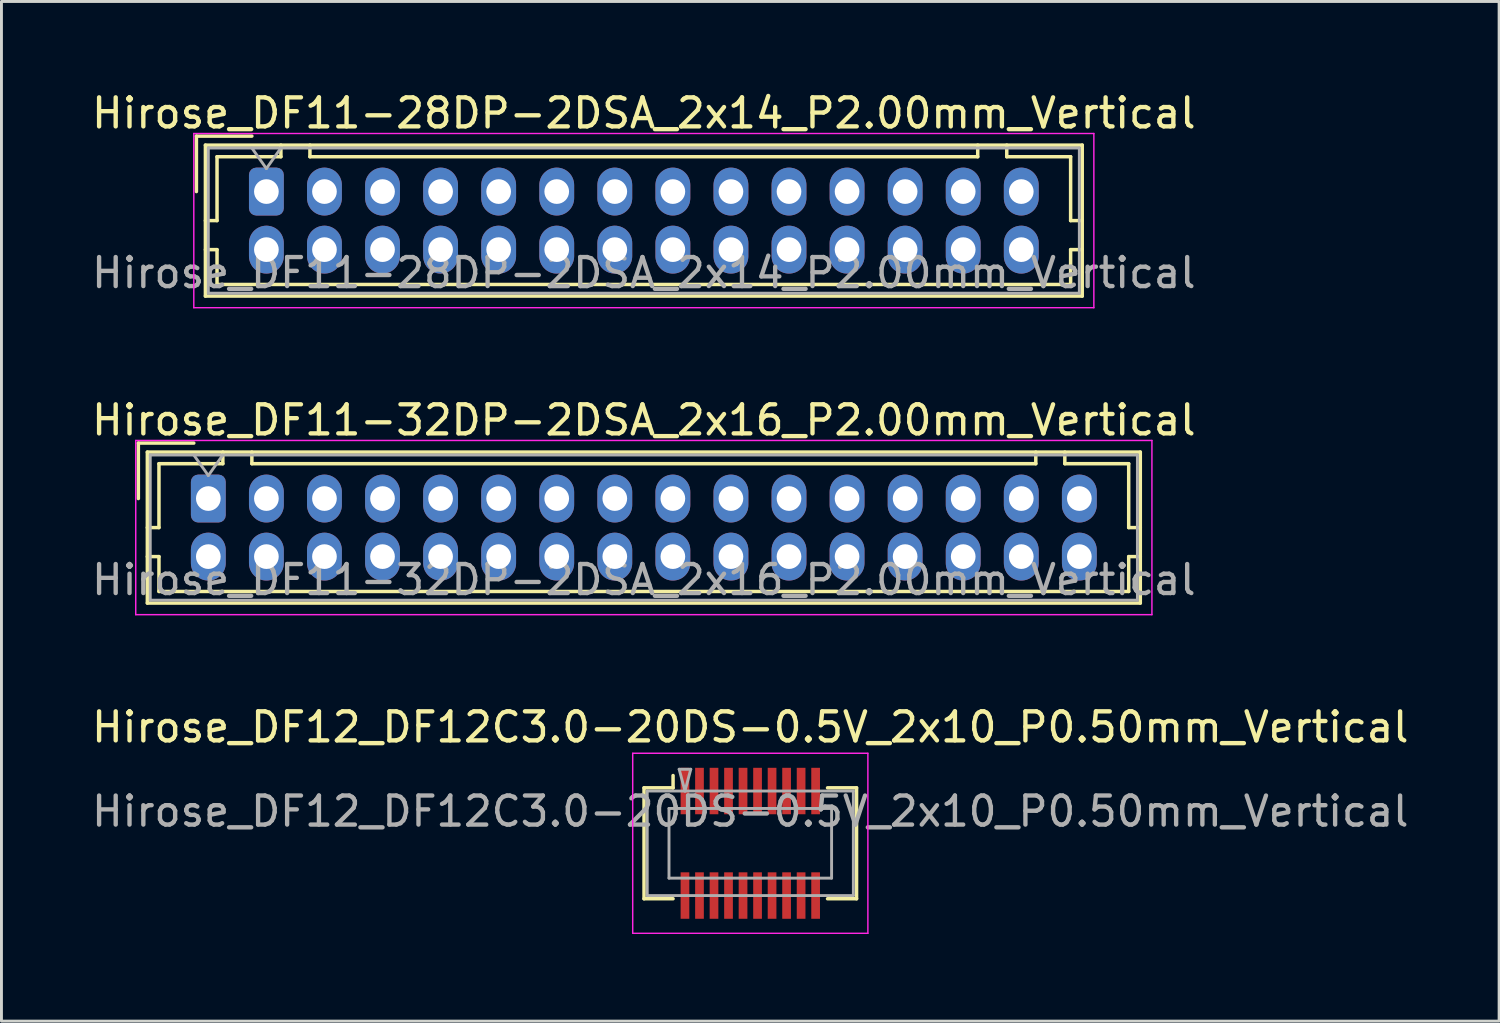
<source format=kicad_pcb>
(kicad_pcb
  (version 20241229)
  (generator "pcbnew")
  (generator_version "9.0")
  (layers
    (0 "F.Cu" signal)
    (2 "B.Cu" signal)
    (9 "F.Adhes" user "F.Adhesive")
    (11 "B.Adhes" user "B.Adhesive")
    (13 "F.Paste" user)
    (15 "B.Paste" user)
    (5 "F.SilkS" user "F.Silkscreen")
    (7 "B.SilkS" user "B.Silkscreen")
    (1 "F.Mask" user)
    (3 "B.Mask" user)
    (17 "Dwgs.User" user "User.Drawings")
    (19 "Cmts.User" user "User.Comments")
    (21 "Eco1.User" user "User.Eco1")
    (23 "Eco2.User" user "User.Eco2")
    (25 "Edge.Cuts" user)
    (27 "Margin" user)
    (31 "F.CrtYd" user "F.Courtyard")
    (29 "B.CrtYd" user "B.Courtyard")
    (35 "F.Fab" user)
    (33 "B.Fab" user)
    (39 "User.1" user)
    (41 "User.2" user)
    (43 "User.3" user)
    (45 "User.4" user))
  (footprint "Hirose_DF12_DF12C3.0-20DS-0.5V_2x10_P0.50mm_Vertical"
    (layer "F.Cu")
    (at 22.792 25.995)
    (property "Reference" "Hirose_DF12_DF12C3.0-20DS-0.5V_2x10_P0.50mm_Vertical" (at 0 -4 0) (layer "F.SilkS") (effects (font (size 1 1) (thickness 0.15))))
    (attr smd)
    (fp_line (start -3.66 -1.91) (end -2.66 -1.91) (stroke (width 0.12) (type solid)) (layer "F.SilkS"))
    (fp_line (start -3.66 1.91) (end -3.66 -1.91) (stroke (width 0.12) (type solid)) (layer "F.SilkS"))
    (fp_line (start -2.66 -1.91) (end -2.66 -2.333) (stroke (width 0.12) (type solid)) (layer "F.SilkS"))
    (fp_line (start -2.66 1.91) (end -3.66 1.91) (stroke (width 0.12) (type solid)) (layer "F.SilkS"))
    (fp_line (start 2.66 1.91) (end 3.66 1.91) (stroke (width 0.12) (type solid)) (layer "F.SilkS"))
    (fp_line (start 3.66 -1.91) (end 2.66 -1.91) (stroke (width 0.12) (type solid)) (layer "F.SilkS"))
    (fp_line (start 3.66 1.91) (end 3.66 -1.91) (stroke (width 0.12) (type solid)) (layer "F.SilkS"))
    (fp_line (start -4.05 -3.1) (end -4.05 3.1) (stroke (width 0.05) (type solid)) (layer "F.CrtYd"))
    (fp_line (start -4.05 3.1) (end 4.05 3.1) (stroke (width 0.05) (type solid)) (layer "F.CrtYd"))
    (fp_line (start 4.05 -3.1) (end -4.05 -3.1) (stroke (width 0.05) (type solid)) (layer "F.CrtYd"))
    (fp_line (start 4.05 3.1) (end 4.05 -3.1) (stroke (width 0.05) (type solid)) (layer "F.CrtYd"))
    (fp_line (start -3.55 -1.8) (end 3.55 -1.8) (stroke (width 0.1) (type solid)) (layer "F.Fab"))
    (fp_line (start -3.55 1.8) (end -3.55 -1.8) (stroke (width 0.1) (type solid)) (layer "F.Fab"))
    (fp_line (start -2.8 -1.2) (end 2.8 -1.2) (stroke (width 0.1) (type solid)) (layer "F.Fab"))
    (fp_line (start -2.8 1.2) (end -2.8 -1.2) (stroke (width 0.1) (type solid)) (layer "F.Fab"))
    (fp_line (start -2.45 -2.55) (end -2.25 -1.8) (stroke (width 0.1) (type solid)) (layer "F.Fab"))
    (fp_line (start -2.25 -1.8) (end -2.05 -2.55) (stroke (width 0.1) (type solid)) (layer "F.Fab"))
    (fp_line (start -2.05 -2.55) (end -2.45 -2.55) (stroke (width 0.1) (type solid)) (layer "F.Fab"))
    (fp_line (start 2.8 -1.2) (end 2.8 1.2) (stroke (width 0.1) (type solid)) (layer "F.Fab"))
    (fp_line (start 2.8 1.2) (end -2.8 1.2) (stroke (width 0.1) (type solid)) (layer "F.Fab"))
    (fp_line (start 3.55 -1.8) (end 3.55 1.8) (stroke (width 0.1) (type solid)) (layer "F.Fab"))
    (fp_line (start 3.55 1.8) (end -3.55 1.8) (stroke (width 0.1) (type solid)) (layer "F.Fab"))
    (fp_text user "${REFERENCE}" (at 0 -1.1 0) (layer "F.Fab") (effects (font (size 1 1) (thickness 0.15))))
    (pad "" smd rect (at -2.25 -2) (size 0.28 1.2) (layers "F.Paste"))
    (pad "" smd rect (at -2.25 2) (size 0.28 1.2) (layers "F.Paste"))
    (pad "" smd rect (at -1.75 -2) (size 0.28 1.2) (layers "F.Paste"))
    (pad "" smd rect (at -1.75 2) (size 0.28 1.2) (layers "F.Paste"))
    (pad "" smd rect (at -1.25 -2) (size 0.28 1.2) (layers "F.Paste"))
    (pad "" smd rect (at -1.25 2) (size 0.28 1.2) (layers "F.Paste"))
    (pad "" smd rect (at -0.75 -2) (size 0.28 1.2) (layers "F.Paste"))
    (pad "" smd rect (at -0.75 2) (size 0.28 1.2) (layers "F.Paste"))
    (pad "" smd rect (at -0.25 -2) (size 0.28 1.2) (layers "F.Paste"))
    (pad "" smd rect (at -0.25 2) (size 0.28 1.2) (layers "F.Paste"))
    (pad "" smd rect (at 0.25 -2) (size 0.28 1.2) (layers "F.Paste"))
    (pad "" smd rect (at 0.25 2) (size 0.28 1.2) (layers "F.Paste"))
    (pad "" smd rect (at 0.75 -2) (size 0.28 1.2) (layers "F.Paste"))
    (pad "" smd rect (at 0.75 2) (size 0.28 1.2) (layers "F.Paste"))
    (pad "" smd rect (at 1.25 -2) (size 0.28 1.2) (layers "F.Paste"))
    (pad "" smd rect (at 1.25 2) (size 0.28 1.2) (layers "F.Paste"))
    (pad "" smd rect (at 1.75 -2) (size 0.28 1.2) (layers "F.Paste"))
    (pad "" smd rect (at 1.75 2) (size 0.28 1.2) (layers "F.Paste"))
    (pad "" smd rect (at 2.25 -2) (size 0.28 1.2) (layers "F.Paste"))
    (pad "" smd rect (at 2.25 2) (size 0.28 1.2) (layers "F.Paste"))
    (pad "1" smd rect (at -2.25 -1.8) (size 0.3 1.6) (layers "F.Cu" "F.Mask"))
    (pad "2" smd rect (at -1.75 -1.8) (size 0.3 1.6) (layers "F.Cu" "F.Mask"))
    (pad "3" smd rect (at -1.25 -1.8) (size 0.3 1.6) (layers "F.Cu" "F.Mask"))
    (pad "4" smd rect (at -0.75 -1.8) (size 0.3 1.6) (layers "F.Cu" "F.Mask"))
    (pad "5" smd rect (at -0.25 -1.8) (size 0.3 1.6) (layers "F.Cu" "F.Mask"))
    (pad "6" smd rect (at 0.25 -1.8) (size 0.3 1.6) (layers "F.Cu" "F.Mask"))
    (pad "7" smd rect (at 0.75 -1.8) (size 0.3 1.6) (layers "F.Cu" "F.Mask"))
    (pad "8" smd rect (at 1.25 -1.8) (size 0.3 1.6) (layers "F.Cu" "F.Mask"))
    (pad "9" smd rect (at 1.75 -1.8) (size 0.3 1.6) (layers "F.Cu" "F.Mask"))
    (pad "10" smd rect (at 2.25 -1.8) (size 0.3 1.6) (layers "F.Cu" "F.Mask"))
    (pad "11" smd rect (at -2.25 1.8) (size 0.3 1.6) (layers "F.Cu" "F.Mask"))
    (pad "12" smd rect (at -1.75 1.8) (size 0.3 1.6) (layers "F.Cu" "F.Mask"))
    (pad "13" smd rect (at -1.25 1.8) (size 0.3 1.6) (layers "F.Cu" "F.Mask"))
    (pad "14" smd rect (at -0.75 1.8) (size 0.3 1.6) (layers "F.Cu" "F.Mask"))
    (pad "15" smd rect (at -0.25 1.8) (size 0.3 1.6) (layers "F.Cu" "F.Mask"))
    (pad "16" smd rect (at 0.25 1.8) (size 0.3 1.6) (layers "F.Cu" "F.Mask"))
    (pad "17" smd rect (at 0.75 1.8) (size 0.3 1.6) (layers "F.Cu" "F.Mask"))
    (pad "18" smd rect (at 1.25 1.8) (size 0.3 1.6) (layers "F.Cu" "F.Mask"))
    (pad "19" smd rect (at 1.75 1.8) (size 0.3 1.6) (layers "F.Cu" "F.Mask"))
    (pad "20" smd rect (at 2.25 1.8) (size 0.3 1.6) (layers "F.Cu" "F.Mask")))
  (footprint "Hirose_DF11-32DP-2DSA_2x16_P2.00mm_Vertical"
    (layer "F.Cu")
    (at 4.125 14.121)
    (property "Reference" "Hirose_DF11-32DP-2DSA_2x16_P2.00mm_Vertical" (at 15 -2.7 0) (layer "F.SilkS") (effects (font (size 1 1) (thickness 0.15))))
    (attr through_hole)
    (fp_line (start -2.41 -1.91) (end -0.5 -1.91) (stroke (width 0.12) (type solid)) (layer "F.SilkS"))
    (fp_line (start -2.41 0) (end -2.41 -1.91) (stroke (width 0.12) (type solid)) (layer "F.SilkS"))
    (fp_line (start -2.1 -1.6) (end -2.1 3.6) (stroke (width 0.12) (type solid)) (layer "F.SilkS"))
    (fp_line (start -2.1 1) (end -1.7 1) (stroke (width 0.12) (type solid)) (layer "F.SilkS"))
    (fp_line (start -2.1 2) (end -1.7 2) (stroke (width 0.12) (type solid)) (layer "F.SilkS"))
    (fp_line (start -2.1 3.6) (end 32.1 3.6) (stroke (width 0.12) (type solid)) (layer "F.SilkS"))
    (fp_line (start -1.7 -1.2) (end 0.5 -1.2) (stroke (width 0.12) (type solid)) (layer "F.SilkS"))
    (fp_line (start -1.7 1) (end -1.7 -1.2) (stroke (width 0.12) (type solid)) (layer "F.SilkS"))
    (fp_line (start -1.7 2) (end -1.7 3.2) (stroke (width 0.12) (type solid)) (layer "F.SilkS"))
    (fp_line (start -1.7 3.2) (end 31.7 3.2) (stroke (width 0.12) (type solid)) (layer "F.SilkS"))
    (fp_line (start 0.5 -1.2) (end 0.5 -1.6) (stroke (width 0.12) (type solid)) (layer "F.SilkS"))
    (fp_line (start 1.5 -1.6) (end 1.5 -1.2) (stroke (width 0.12) (type solid)) (layer "F.SilkS"))
    (fp_line (start 1.5 -1.2) (end 28.5 -1.2) (stroke (width 0.12) (type solid)) (layer "F.SilkS"))
    (fp_line (start 28.5 -1.2) (end 28.5 -1.6) (stroke (width 0.12) (type solid)) (layer "F.SilkS"))
    (fp_line (start 29.5 -1.2) (end 29.5 -1.6) (stroke (width 0.12) (type solid)) (layer "F.SilkS"))
    (fp_line (start 31.7 -1.2) (end 29.5 -1.2) (stroke (width 0.12) (type solid)) (layer "F.SilkS"))
    (fp_line (start 31.7 1) (end 31.7 -1.2) (stroke (width 0.12) (type solid)) (layer "F.SilkS"))
    (fp_line (start 31.7 2) (end 32.1 2) (stroke (width 0.12) (type solid)) (layer "F.SilkS"))
    (fp_line (start 31.7 3.2) (end 31.7 2) (stroke (width 0.12) (type solid)) (layer "F.SilkS"))
    (fp_line (start 32.1 -1.6) (end -2.1 -1.6) (stroke (width 0.12) (type solid)) (layer "F.SilkS"))
    (fp_line (start 32.1 1) (end 31.7 1) (stroke (width 0.12) (type solid)) (layer "F.SilkS"))
    (fp_line (start 32.1 3.6) (end 32.1 -1.6) (stroke (width 0.12) (type solid)) (layer "F.SilkS"))
    (fp_line (start -2.5 -2) (end -2.5 4) (stroke (width 0.05) (type solid)) (layer "F.CrtYd"))
    (fp_line (start -2.5 4) (end 32.5 4) (stroke (width 0.05) (type solid)) (layer "F.CrtYd"))
    (fp_line (start 32.5 -2) (end -2.5 -2) (stroke (width 0.05) (type solid)) (layer "F.CrtYd"))
    (fp_line (start 32.5 4) (end 32.5 -2) (stroke (width 0.05) (type solid)) (layer "F.CrtYd"))
    (fp_line (start -2 -1.5) (end -2 3.5) (stroke (width 0.1) (type solid)) (layer "F.Fab"))
    (fp_line (start -2 3.5) (end 32 3.5) (stroke (width 0.1) (type solid)) (layer "F.Fab"))
    (fp_line (start -0.5 -1.5) (end 0 -0.793) (stroke (width 0.1) (type solid)) (layer "F.Fab"))
    (fp_line (start 0 -0.793) (end 0.5 -1.5) (stroke (width 0.1) (type solid)) (layer "F.Fab"))
    (fp_line (start 32 -1.5) (end -2 -1.5) (stroke (width 0.1) (type solid)) (layer "F.Fab"))
    (fp_line (start 32 3.5) (end 32 -1.5) (stroke (width 0.1) (type solid)) (layer "F.Fab"))
    (fp_text user "${REFERENCE}" (at 15 2.8 0) (layer "F.Fab") (effects (font (size 1 1) (thickness 0.15))))
    (pad "1" thru_hole roundrect (at 0 0) (size 1.2 1.65) (drill 0.85) (layers "*.Cu" "*.Mask") (roundrect_rratio 0.208))
    (pad "2" thru_hole oval (at 0 2) (size 1.2 1.65) (drill 0.85) (layers "*.Cu" "*.Mask"))
    (pad "3" thru_hole oval (at 2 0) (size 1.2 1.65) (drill 0.85) (layers "*.Cu" "*.Mask"))
    (pad "4" thru_hole oval (at 2 2) (size 1.2 1.65) (drill 0.85) (layers "*.Cu" "*.Mask"))
    (pad "5" thru_hole oval (at 4 0) (size 1.2 1.65) (drill 0.85) (layers "*.Cu" "*.Mask"))
    (pad "6" thru_hole oval (at 4 2) (size 1.2 1.65) (drill 0.85) (layers "*.Cu" "*.Mask"))
    (pad "7" thru_hole oval (at 6 0) (size 1.2 1.65) (drill 0.85) (layers "*.Cu" "*.Mask"))
    (pad "8" thru_hole oval (at 6 2) (size 1.2 1.65) (drill 0.85) (layers "*.Cu" "*.Mask"))
    (pad "9" thru_hole oval (at 8 0) (size 1.2 1.65) (drill 0.85) (layers "*.Cu" "*.Mask"))
    (pad "10" thru_hole oval (at 8 2) (size 1.2 1.65) (drill 0.85) (layers "*.Cu" "*.Mask"))
    (pad "11" thru_hole oval (at 10 0) (size 1.2 1.65) (drill 0.85) (layers "*.Cu" "*.Mask"))
    (pad "12" thru_hole oval (at 10 2) (size 1.2 1.65) (drill 0.85) (layers "*.Cu" "*.Mask"))
    (pad "13" thru_hole oval (at 12 0) (size 1.2 1.65) (drill 0.85) (layers "*.Cu" "*.Mask"))
    (pad "14" thru_hole oval (at 12 2) (size 1.2 1.65) (drill 0.85) (layers "*.Cu" "*.Mask"))
    (pad "15" thru_hole oval (at 14 0) (size 1.2 1.65) (drill 0.85) (layers "*.Cu" "*.Mask"))
    (pad "16" thru_hole oval (at 14 2) (size 1.2 1.65) (drill 0.85) (layers "*.Cu" "*.Mask"))
    (pad "17" thru_hole oval (at 16 0) (size 1.2 1.65) (drill 0.85) (layers "*.Cu" "*.Mask"))
    (pad "18" thru_hole oval (at 16 2) (size 1.2 1.65) (drill 0.85) (layers "*.Cu" "*.Mask"))
    (pad "19" thru_hole oval (at 18 0) (size 1.2 1.65) (drill 0.85) (layers "*.Cu" "*.Mask"))
    (pad "20" thru_hole oval (at 18 2) (size 1.2 1.65) (drill 0.85) (layers "*.Cu" "*.Mask"))
    (pad "21" thru_hole oval (at 20 0) (size 1.2 1.65) (drill 0.85) (layers "*.Cu" "*.Mask"))
    (pad "22" thru_hole oval (at 20 2) (size 1.2 1.65) (drill 0.85) (layers "*.Cu" "*.Mask"))
    (pad "23" thru_hole oval (at 22 0) (size 1.2 1.65) (drill 0.85) (layers "*.Cu" "*.Mask"))
    (pad "24" thru_hole oval (at 22 2) (size 1.2 1.65) (drill 0.85) (layers "*.Cu" "*.Mask"))
    (pad "25" thru_hole oval (at 24 0) (size 1.2 1.65) (drill 0.85) (layers "*.Cu" "*.Mask"))
    (pad "26" thru_hole oval (at 24 2) (size 1.2 1.65) (drill 0.85) (layers "*.Cu" "*.Mask"))
    (pad "27" thru_hole oval (at 26 0) (size 1.2 1.65) (drill 0.85) (layers "*.Cu" "*.Mask"))
    (pad "28" thru_hole oval (at 26 2) (size 1.2 1.65) (drill 0.85) (layers "*.Cu" "*.Mask"))
    (pad "29" thru_hole oval (at 28 0) (size 1.2 1.65) (drill 0.85) (layers "*.Cu" "*.Mask"))
    (pad "30" thru_hole oval (at 28 2) (size 1.2 1.65) (drill 0.85) (layers "*.Cu" "*.Mask"))
    (pad "31" thru_hole oval (at 30 0) (size 1.2 1.65) (drill 0.85) (layers "*.Cu" "*.Mask"))
    (pad "32" thru_hole oval (at 30 2) (size 1.2 1.65) (drill 0.85) (layers "*.Cu" "*.Mask")))
  (footprint "Hirose_DF11-28DP-2DSA_2x14_P2.00mm_Vertical"
    (layer "F.Cu")
    (at 6.125 3.548)
    (property "Reference" "Hirose_DF11-28DP-2DSA_2x14_P2.00mm_Vertical" (at 13 -2.7 0) (layer "F.SilkS") (effects (font (size 1 1) (thickness 0.15))))
    (attr through_hole)
    (fp_line (start -2.41 -1.91) (end -0.5 -1.91) (stroke (width 0.12) (type solid)) (layer "F.SilkS"))
    (fp_line (start -2.41 0) (end -2.41 -1.91) (stroke (width 0.12) (type solid)) (layer "F.SilkS"))
    (fp_line (start -2.1 -1.6) (end -2.1 3.6) (stroke (width 0.12) (type solid)) (layer "F.SilkS"))
    (fp_line (start -2.1 1) (end -1.7 1) (stroke (width 0.12) (type solid)) (layer "F.SilkS"))
    (fp_line (start -2.1 2) (end -1.7 2) (stroke (width 0.12) (type solid)) (layer "F.SilkS"))
    (fp_line (start -2.1 3.6) (end 28.1 3.6) (stroke (width 0.12) (type solid)) (layer "F.SilkS"))
    (fp_line (start -1.7 -1.2) (end 0.5 -1.2) (stroke (width 0.12) (type solid)) (layer "F.SilkS"))
    (fp_line (start -1.7 1) (end -1.7 -1.2) (stroke (width 0.12) (type solid)) (layer "F.SilkS"))
    (fp_line (start -1.7 2) (end -1.7 3.2) (stroke (width 0.12) (type solid)) (layer "F.SilkS"))
    (fp_line (start -1.7 3.2) (end 27.7 3.2) (stroke (width 0.12) (type solid)) (layer "F.SilkS"))
    (fp_line (start 0.5 -1.2) (end 0.5 -1.6) (stroke (width 0.12) (type solid)) (layer "F.SilkS"))
    (fp_line (start 1.5 -1.6) (end 1.5 -1.2) (stroke (width 0.12) (type solid)) (layer "F.SilkS"))
    (fp_line (start 1.5 -1.2) (end 24.5 -1.2) (stroke (width 0.12) (type solid)) (layer "F.SilkS"))
    (fp_line (start 24.5 -1.2) (end 24.5 -1.6) (stroke (width 0.12) (type solid)) (layer "F.SilkS"))
    (fp_line (start 25.5 -1.2) (end 25.5 -1.6) (stroke (width 0.12) (type solid)) (layer "F.SilkS"))
    (fp_line (start 27.7 -1.2) (end 25.5 -1.2) (stroke (width 0.12) (type solid)) (layer "F.SilkS"))
    (fp_line (start 27.7 1) (end 27.7 -1.2) (stroke (width 0.12) (type solid)) (layer "F.SilkS"))
    (fp_line (start 27.7 2) (end 28.1 2) (stroke (width 0.12) (type solid)) (layer "F.SilkS"))
    (fp_line (start 27.7 3.2) (end 27.7 2) (stroke (width 0.12) (type solid)) (layer "F.SilkS"))
    (fp_line (start 28.1 -1.6) (end -2.1 -1.6) (stroke (width 0.12) (type solid)) (layer "F.SilkS"))
    (fp_line (start 28.1 1) (end 27.7 1) (stroke (width 0.12) (type solid)) (layer "F.SilkS"))
    (fp_line (start 28.1 3.6) (end 28.1 -1.6) (stroke (width 0.12) (type solid)) (layer "F.SilkS"))
    (fp_line (start -2.5 -2) (end -2.5 4) (stroke (width 0.05) (type solid)) (layer "F.CrtYd"))
    (fp_line (start -2.5 4) (end 28.5 4) (stroke (width 0.05) (type solid)) (layer "F.CrtYd"))
    (fp_line (start 28.5 -2) (end -2.5 -2) (stroke (width 0.05) (type solid)) (layer "F.CrtYd"))
    (fp_line (start 28.5 4) (end 28.5 -2) (stroke (width 0.05) (type solid)) (layer "F.CrtYd"))
    (fp_line (start -2 -1.5) (end -2 3.5) (stroke (width 0.1) (type solid)) (layer "F.Fab"))
    (fp_line (start -2 3.5) (end 28 3.5) (stroke (width 0.1) (type solid)) (layer "F.Fab"))
    (fp_line (start -0.5 -1.5) (end 0 -0.793) (stroke (width 0.1) (type solid)) (layer "F.Fab"))
    (fp_line (start 0 -0.793) (end 0.5 -1.5) (stroke (width 0.1) (type solid)) (layer "F.Fab"))
    (fp_line (start 28 -1.5) (end -2 -1.5) (stroke (width 0.1) (type solid)) (layer "F.Fab"))
    (fp_line (start 28 3.5) (end 28 -1.5) (stroke (width 0.1) (type solid)) (layer "F.Fab"))
    (fp_text user "${REFERENCE}" (at 13 2.8 0) (layer "F.Fab") (effects (font (size 1 1) (thickness 0.15))))
    (pad "1" thru_hole roundrect (at 0 0) (size 1.2 1.65) (drill 0.85) (layers "*.Cu" "*.Mask") (roundrect_rratio 0.208))
    (pad "2" thru_hole oval (at 0 2) (size 1.2 1.65) (drill 0.85) (layers "*.Cu" "*.Mask"))
    (pad "3" thru_hole oval (at 2 0) (size 1.2 1.65) (drill 0.85) (layers "*.Cu" "*.Mask"))
    (pad "4" thru_hole oval (at 2 2) (size 1.2 1.65) (drill 0.85) (layers "*.Cu" "*.Mask"))
    (pad "5" thru_hole oval (at 4 0) (size 1.2 1.65) (drill 0.85) (layers "*.Cu" "*.Mask"))
    (pad "6" thru_hole oval (at 4 2) (size 1.2 1.65) (drill 0.85) (layers "*.Cu" "*.Mask"))
    (pad "7" thru_hole oval (at 6 0) (size 1.2 1.65) (drill 0.85) (layers "*.Cu" "*.Mask"))
    (pad "8" thru_hole oval (at 6 2) (size 1.2 1.65) (drill 0.85) (layers "*.Cu" "*.Mask"))
    (pad "9" thru_hole oval (at 8 0) (size 1.2 1.65) (drill 0.85) (layers "*.Cu" "*.Mask"))
    (pad "10" thru_hole oval (at 8 2) (size 1.2 1.65) (drill 0.85) (layers "*.Cu" "*.Mask"))
    (pad "11" thru_hole oval (at 10 0) (size 1.2 1.65) (drill 0.85) (layers "*.Cu" "*.Mask"))
    (pad "12" thru_hole oval (at 10 2) (size 1.2 1.65) (drill 0.85) (layers "*.Cu" "*.Mask"))
    (pad "13" thru_hole oval (at 12 0) (size 1.2 1.65) (drill 0.85) (layers "*.Cu" "*.Mask"))
    (pad "14" thru_hole oval (at 12 2) (size 1.2 1.65) (drill 0.85) (layers "*.Cu" "*.Mask"))
    (pad "15" thru_hole oval (at 14 0) (size 1.2 1.65) (drill 0.85) (layers "*.Cu" "*.Mask"))
    (pad "16" thru_hole oval (at 14 2) (size 1.2 1.65) (drill 0.85) (layers "*.Cu" "*.Mask"))
    (pad "17" thru_hole oval (at 16 0) (size 1.2 1.65) (drill 0.85) (layers "*.Cu" "*.Mask"))
    (pad "18" thru_hole oval (at 16 2) (size 1.2 1.65) (drill 0.85) (layers "*.Cu" "*.Mask"))
    (pad "19" thru_hole oval (at 18 0) (size 1.2 1.65) (drill 0.85) (layers "*.Cu" "*.Mask"))
    (pad "20" thru_hole oval (at 18 2) (size 1.2 1.65) (drill 0.85) (layers "*.Cu" "*.Mask"))
    (pad "21" thru_hole oval (at 20 0) (size 1.2 1.65) (drill 0.85) (layers "*.Cu" "*.Mask"))
    (pad "22" thru_hole oval (at 20 2) (size 1.2 1.65) (drill 0.85) (layers "*.Cu" "*.Mask"))
    (pad "23" thru_hole oval (at 22 0) (size 1.2 1.65) (drill 0.85) (layers "*.Cu" "*.Mask"))
    (pad "24" thru_hole oval (at 22 2) (size 1.2 1.65) (drill 0.85) (layers "*.Cu" "*.Mask"))
    (pad "25" thru_hole oval (at 24 0) (size 1.2 1.65) (drill 0.85) (layers "*.Cu" "*.Mask"))
    (pad "26" thru_hole oval (at 24 2) (size 1.2 1.65) (drill 0.85) (layers "*.Cu" "*.Mask"))
    (pad "27" thru_hole oval (at 26 0) (size 1.2 1.65) (drill 0.85) (layers "*.Cu" "*.Mask"))
    (pad "28" thru_hole oval (at 26 2) (size 1.2 1.65) (drill 0.85) (layers "*.Cu" "*.Mask")))
  (gr_rect
    (start -3 -3)
    (end 48.583 32.12)
    (stroke (width 0.1) (type default))
    (fill no)
    (layer "Edge.Cuts")))
</source>
